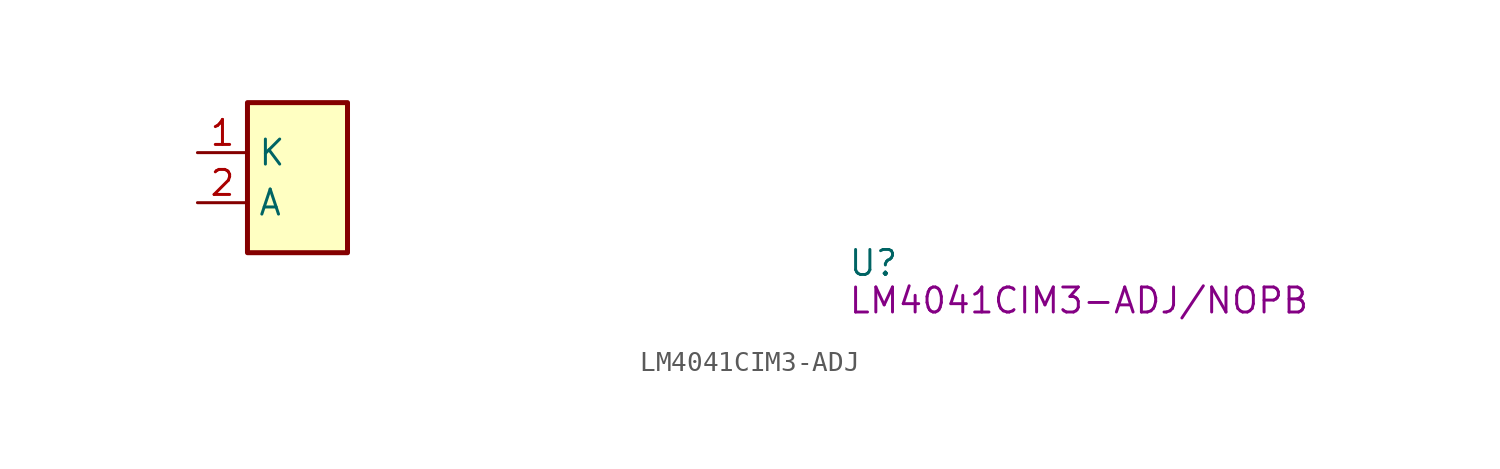
<source format=kicad_sym>
(kicad_symbol_lib
  (version 20220914)
  (generator kicad_symbol_editor)
  (symbol "LM4041CIM3-ADJ"
    (property "Reference" "U"
      (at 33.02 -6.35 0)
      (effects (font (size 1.27 1.27) (thickness 0.15)) (justify left bottom)))
    (property "MPN" "LM4041CIM3-ADJ/NOPB"
      (at 33.02 -8.255 0)
      (effects (font (size 1.27 1.27) (thickness 0.15)) (justify left bottom)))
    (symbol "LM4041CIM3-ADJ_1_1"
      (rectangle (start 2.54 2.54) (end 7.62 -5.08) (stroke (width 0.254) (type default)) (fill (type background)))
      (pin power_in line (at 0 0 0) (length 2.54) (name "K" (effects (font (size 1.27 1.27)))) (number "1" (effects (font (size 1.27 1.27)))))
      (pin output line (at 0 -2.54 0) (length 2.54) (name "A" (effects (font (size 1.27 1.27)))) (number "2" (effects (font (size 1.27 1.27)))))
      (pin no_connect line (at 7.62 0 180) (length 2.54) hide (name "~" (effects (font (size 1.27 1.27)))) (number "NC" (effects (font (size 1.27 1.27))))))))
</source>
